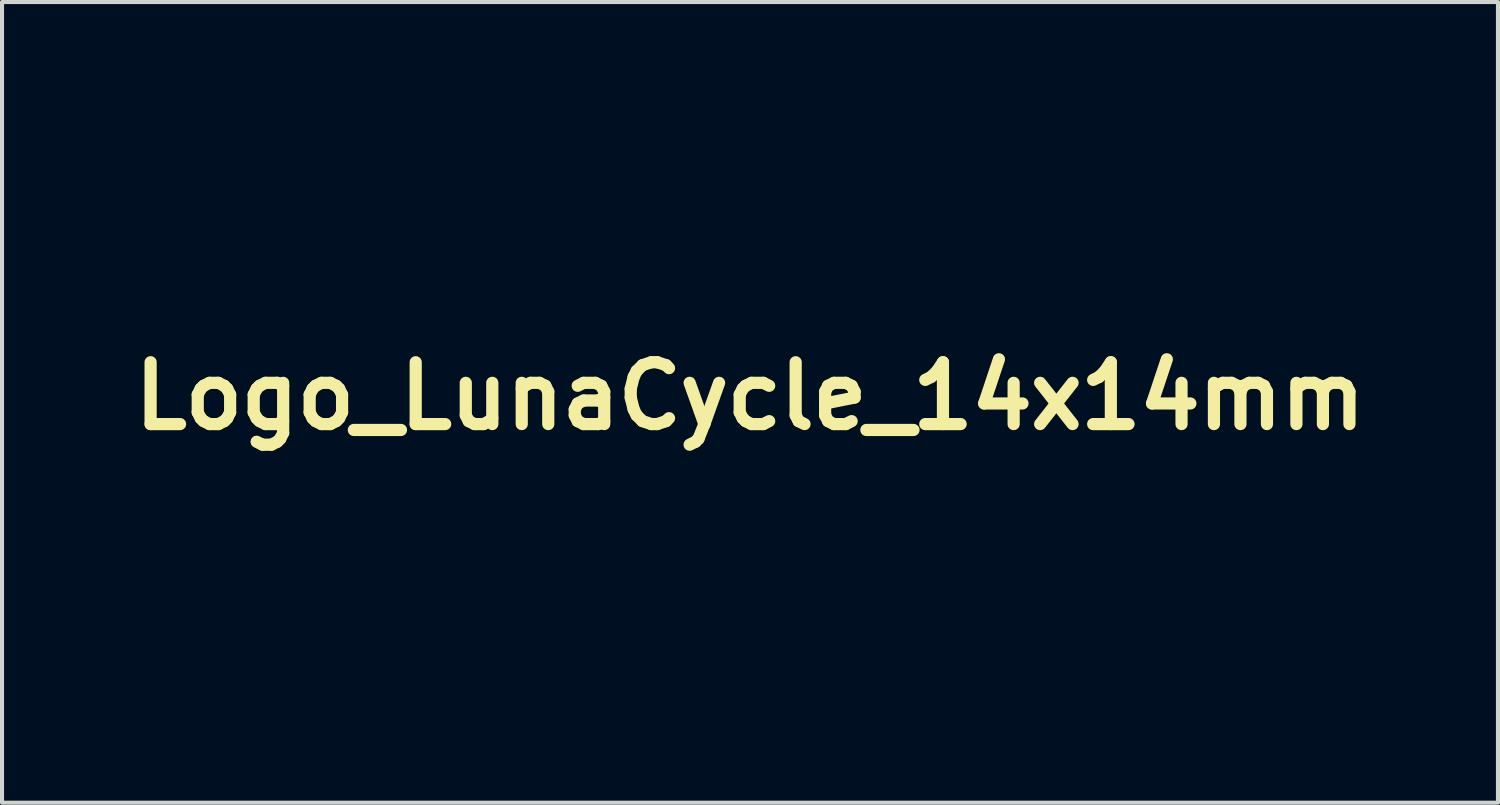
<source format=kicad_pcb>
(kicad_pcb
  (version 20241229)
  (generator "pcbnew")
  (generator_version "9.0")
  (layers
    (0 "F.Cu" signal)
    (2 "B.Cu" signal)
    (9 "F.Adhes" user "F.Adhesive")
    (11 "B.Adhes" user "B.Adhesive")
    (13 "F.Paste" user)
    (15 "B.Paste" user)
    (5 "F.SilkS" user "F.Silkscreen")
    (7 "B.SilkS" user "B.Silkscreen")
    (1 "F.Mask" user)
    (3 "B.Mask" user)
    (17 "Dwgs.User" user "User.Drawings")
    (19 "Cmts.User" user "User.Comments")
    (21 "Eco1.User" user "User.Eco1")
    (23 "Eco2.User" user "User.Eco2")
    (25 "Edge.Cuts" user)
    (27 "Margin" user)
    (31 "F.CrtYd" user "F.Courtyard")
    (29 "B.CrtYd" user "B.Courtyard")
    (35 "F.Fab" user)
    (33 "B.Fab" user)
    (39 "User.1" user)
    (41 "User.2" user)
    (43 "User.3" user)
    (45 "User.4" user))
  (footprint "Logo_LunaCycle_14x14mm"
    (layer "F.Cu")
    (at 15.429 6.709)
    (property "Reference" "Logo_LunaCycle_14x14mm" (at 0 0 0) (layer "F.SilkS") (effects (font (size 1.524 1.524) (thickness 0.3))))
    (attr through_hole)
    (fp_poly (pts (xy -0.609 1.237) (xy -0.64 1.274) (xy -0.678 1.318) (xy -0.715 1.361) (xy -0.72 1.367) (xy -0.784 1.441) (xy -0.784 1.543) (xy -0.784 1.645) (xy -0.895 1.645) (xy -0.895 1.444) (xy -0.975 1.35) (xy -1.011 1.308) (xy -1.045 1.267) (xy -1.073 1.235) (xy -1.086 1.219) (xy -1.117 1.182) (xy -0.988 1.183) (xy -0.917 1.276) (xy -0.887 1.314) (xy -0.862 1.344) (xy -0.845 1.364) (xy -0.839 1.369) (xy -0.831 1.36) (xy -0.812 1.338) (xy -0.785 1.306) (xy -0.762 1.276) (xy -0.69 1.183) (xy -0.626 1.182) (xy -0.561 1.182) (xy -0.609 1.237)) (stroke (width 0.01) (type solid)) (fill yes) (layer "F.Mask"))
    (fp_poly (pts (xy 2.595 1.511) (xy 2.624 1.534) (xy 2.639 1.544) (xy 2.656 1.551) (xy 2.681 1.554) (xy 2.718 1.556) (xy 2.771 1.557) (xy 2.79 1.557) (xy 2.927 1.557) (xy 2.927 1.645) (xy 2.775 1.645) (xy 2.695 1.643) (xy 2.636 1.639) (xy 2.598 1.632) (xy 2.588 1.629) (xy 2.558 1.61) (xy 2.528 1.583) (xy 2.525 1.579) (xy 2.514 1.565) (xy 2.506 1.552) (xy 2.501 1.534) (xy 2.498 1.509) (xy 2.496 1.473) (xy 2.496 1.421) (xy 2.496 1.374) (xy 2.496 1.315) (xy 2.495 1.263) (xy 2.494 1.224) (xy 2.494 1.2) (xy 2.493 1.195) (xy 2.501 1.19) (xy 2.525 1.185) (xy 2.543 1.184) (xy 2.595 1.18) (xy 2.595 1.511)) (stroke (width 0.01) (type solid)) (fill yes) (layer "F.Mask"))
    (fp_poly (pts (xy 1.182 1.257) (xy 1.035 1.261) (xy 0.972 1.263) (xy 0.926 1.266) (xy 0.894 1.271) (xy 0.873 1.278) (xy 0.859 1.285) (xy 0.83 1.316) (xy 0.812 1.36) (xy 0.807 1.408) (xy 0.813 1.457) (xy 0.829 1.501) (xy 0.857 1.534) (xy 0.879 1.546) (xy 0.9 1.551) (xy 0.939 1.554) (xy 0.989 1.556) (xy 1.044 1.557) (xy 1.182 1.557) (xy 1.182 1.645) (xy 1.03 1.645) (xy 0.968 1.645) (xy 0.923 1.644) (xy 0.891 1.641) (xy 0.866 1.635) (xy 0.843 1.627) (xy 0.818 1.615) (xy 0.767 1.581) (xy 0.732 1.538) (xy 0.713 1.483) (xy 0.707 1.413) (xy 0.707 1.411) (xy 0.711 1.35) (xy 0.724 1.303) (xy 0.728 1.294) (xy 0.751 1.256) (xy 0.777 1.227) (xy 0.811 1.206) (xy 0.855 1.193) (xy 0.913 1.185) (xy 0.987 1.182) (xy 1.027 1.182) (xy 1.182 1.182) (xy 1.182 1.257)) (stroke (width 0.01) (type solid)) (fill yes) (layer "F.Mask"))
    (fp_poly (pts (xy -2.385 1.257) (xy -2.532 1.261) (xy -2.595 1.263) (xy -2.641 1.266) (xy -2.673 1.271) (xy -2.695 1.278) (xy -2.708 1.285) (xy -2.738 1.317) (xy -2.755 1.361) (xy -2.76 1.411) (xy -2.753 1.461) (xy -2.734 1.504) (xy -2.703 1.536) (xy -2.696 1.54) (xy -2.674 1.548) (xy -2.641 1.553) (xy -2.595 1.556) (xy -2.531 1.557) (xy -2.524 1.557) (xy -2.385 1.557) (xy -2.385 1.645) (xy -2.537 1.645) (xy -2.599 1.645) (xy -2.644 1.644) (xy -2.676 1.641) (xy -2.701 1.635) (xy -2.724 1.627) (xy -2.749 1.615) (xy -2.8 1.581) (xy -2.835 1.538) (xy -2.854 1.483) (xy -2.86 1.413) (xy -2.86 1.411) (xy -2.856 1.35) (xy -2.844 1.303) (xy -2.839 1.294) (xy -2.816 1.256) (xy -2.79 1.227) (xy -2.756 1.206) (xy -2.712 1.193) (xy -2.655 1.185) (xy -2.58 1.182) (xy -2.54 1.182) (xy -2.385 1.182) (xy -2.385 1.257)) (stroke (width 0.01) (type solid)) (fill yes) (layer "F.Mask"))
    (fp_poly (pts (xy -3.181 -0.701) (xy -3.175 0.182) (xy -3.147 0.232) (xy -3.109 0.281) (xy -3.076 0.304) (xy -3.065 0.308) (xy -3.054 0.312) (xy -3.039 0.316) (xy -3.02 0.319) (xy -2.993 0.321) (xy -2.958 0.323) (xy -2.913 0.324) (xy -2.856 0.326) (xy -2.784 0.327) (xy -2.696 0.327) (xy -2.591 0.328) (xy -2.466 0.329) (xy -2.416 0.329) (xy -1.8 0.332) (xy -1.8 0.85) (xy -2.482 0.85) (xy -2.622 0.85) (xy -2.741 0.85) (xy -2.842 0.85) (xy -2.926 0.849) (xy -2.995 0.849) (xy -3.051 0.848) (xy -3.096 0.846) (xy -3.132 0.845) (xy -3.159 0.842) (xy -3.181 0.84) (xy -3.198 0.836) (xy -3.214 0.832) (xy -3.228 0.828) (xy -3.236 0.825) (xy -3.346 0.776) (xy -3.444 0.709) (xy -3.529 0.627) (xy -3.6 0.529) (xy -3.654 0.42) (xy -3.691 0.299) (xy -3.699 0.254) (xy -3.702 0.226) (xy -3.704 0.177) (xy -3.706 0.106) (xy -3.707 0.013) (xy -3.708 -0.102) (xy -3.709 -0.239) (xy -3.709 -0.397) (xy -3.709 -0.578) (xy -3.708 -0.701) (xy -3.705 -1.585) (xy -3.186 -1.585) (xy -3.181 -0.701)) (stroke (width 0.01) (type solid)) (fill yes) (layer "F.Mask"))
    (fp_poly (pts (xy 4.455 1.183) (xy 4.502 1.184) (xy 4.688 1.187) (xy 4.688 1.253) (xy 4.521 1.259) (xy 4.448 1.262) (xy 4.395 1.266) (xy 4.358 1.272) (xy 4.335 1.281) (xy 4.322 1.294) (xy 4.318 1.31) (xy 4.318 1.314) (xy 4.326 1.336) (xy 4.338 1.351) (xy 4.35 1.358) (xy 4.367 1.364) (xy 4.395 1.367) (xy 4.437 1.369) (xy 4.495 1.369) (xy 4.52 1.369) (xy 4.682 1.369) (xy 4.682 1.447) (xy 4.525 1.447) (xy 4.45 1.448) (xy 4.395 1.451) (xy 4.356 1.458) (xy 4.333 1.469) (xy 4.321 1.483) (xy 4.318 1.5) (xy 4.32 1.518) (xy 4.326 1.532) (xy 4.34 1.541) (xy 4.365 1.548) (xy 4.403 1.552) (xy 4.458 1.555) (xy 4.514 1.557) (xy 4.688 1.563) (xy 4.691 1.604) (xy 4.695 1.645) (xy 4.509 1.645) (xy 4.425 1.643) (xy 4.362 1.64) (xy 4.317 1.636) (xy 4.291 1.629) (xy 4.29 1.629) (xy 4.245 1.6) (xy 4.219 1.559) (xy 4.211 1.527) (xy 4.21 1.497) (xy 4.217 1.473) (xy 4.238 1.446) (xy 4.241 1.443) (xy 4.261 1.418) (xy 4.267 1.404) (xy 4.261 1.397) (xy 4.258 1.396) (xy 4.238 1.379) (xy 4.22 1.35) (xy 4.209 1.317) (xy 4.208 1.303) (xy 4.218 1.261) (xy 4.244 1.224) (xy 4.278 1.199) (xy 4.297 1.192) (xy 4.32 1.188) (xy 4.351 1.185) (xy 4.395 1.183) (xy 4.455 1.183)) (stroke (width 0.01) (type solid)) (fill yes) (layer "F.Mask"))
    (fp_poly (pts (xy -1.16 -0.701) (xy -1.159 -0.538) (xy -1.158 -0.396) (xy -1.157 -0.273) (xy -1.156 -0.167) (xy -1.155 -0.078) (xy -1.153 -0.003) (xy -1.151 0.058) (xy -1.149 0.108) (xy -1.146 0.148) (xy -1.142 0.179) (xy -1.138 0.203) (xy -1.132 0.221) (xy -1.126 0.235) (xy -1.119 0.247) (xy -1.11 0.257) (xy -1.1 0.267) (xy -1.093 0.274) (xy -1.08 0.287) (xy -1.065 0.298) (xy -1.047 0.307) (xy -1.024 0.314) (xy -0.992 0.319) (xy -0.949 0.322) (xy -0.894 0.325) (xy -0.823 0.327) (xy -0.735 0.328) (xy -0.656 0.329) (xy -0.536 0.33) (xy -0.436 0.33) (xy -0.354 0.328) (xy -0.287 0.325) (xy -0.235 0.319) (xy -0.194 0.311) (xy -0.162 0.299) (xy -0.138 0.284) (xy -0.119 0.265) (xy -0.103 0.241) (xy -0.091 0.219) (xy -0.065 0.168) (xy -0.063 -0.708) (xy -0.061 -1.585) (xy 0.458 -1.585) (xy 0.458 -0.657) (xy 0.458 -0.492) (xy 0.458 -0.347) (xy 0.458 -0.221) (xy 0.458 -0.113) (xy 0.457 -0.021) (xy 0.457 0.057) (xy 0.456 0.121) (xy 0.455 0.174) (xy 0.453 0.217) (xy 0.451 0.251) (xy 0.449 0.278) (xy 0.447 0.3) (xy 0.444 0.317) (xy 0.441 0.332) (xy 0.438 0.342) (xy 0.395 0.457) (xy 0.334 0.562) (xy 0.258 0.654) (xy 0.169 0.732) (xy 0.069 0.793) (xy -0.032 0.833) (xy -0.049 0.837) (xy -0.07 0.84) (xy -0.096 0.843) (xy -0.13 0.845) (xy -0.175 0.847) (xy -0.231 0.848) (xy -0.301 0.849) (xy -0.387 0.85) (xy -0.492 0.85) (xy -0.616 0.85) (xy -0.618 0.85) (xy -0.739 0.85) (xy -0.84 0.85) (xy -0.924 0.85) (xy -0.991 0.849) (xy -1.045 0.848) (xy -1.088 0.847) (xy -1.121 0.845) (xy -1.147 0.842) (xy -1.167 0.839) (xy -1.185 0.834) (xy -1.201 0.829) (xy -1.217 0.824) (xy -1.294 0.793) (xy -1.359 0.756) (xy -1.42 0.71) (xy -1.474 0.658) (xy -1.548 0.573) (xy -1.599 0.49) (xy -1.613 0.462) (xy -1.626 0.437) (xy -1.637 0.413) (xy -1.647 0.389) (xy -1.655 0.363) (xy -1.662 0.334) (xy -1.668 0.301) (xy -1.673 0.26) (xy -1.676 0.212) (xy -1.679 0.155) (xy -1.681 0.086) (xy -1.682 0.005) (xy -1.683 -0.091) (xy -1.684 -0.202) (xy -1.684 -0.33) (xy -1.684 -0.477) (xy -1.684 -0.645) (xy -1.684 -1.585) (xy -1.165 -1.585) (xy -1.16 -0.701)) (stroke (width 0.01) (type solid)) (fill yes) (layer "F.Mask"))
    (fp_poly (pts (xy 4.546 -1.61) (xy 4.564 -1.605) (xy 4.647 -1.574) (xy 4.728 -1.532) (xy 4.801 -1.482) (xy 4.852 -1.436) (xy 4.874 -1.411) (xy 4.894 -1.385) (xy 4.913 -1.356) (xy 4.932 -1.323) (xy 4.952 -1.283) (xy 4.972 -1.236) (xy 4.995 -1.178) (xy 5.02 -1.11) (xy 5.048 -1.028) (xy 5.08 -0.931) (xy 5.116 -0.818) (xy 5.157 -0.686) (xy 5.191 -0.58) (xy 5.231 -0.452) (xy 5.273 -0.317) (xy 5.316 -0.18) (xy 5.359 -0.043) (xy 5.4 0.089) (xy 5.438 0.212) (xy 5.473 0.322) (xy 5.503 0.416) (xy 5.506 0.428) (xy 5.535 0.518) (xy 5.561 0.602) (xy 5.584 0.677) (xy 5.603 0.74) (xy 5.618 0.79) (xy 5.628 0.824) (xy 5.632 0.839) (xy 5.632 0.84) (xy 5.621 0.843) (xy 5.59 0.846) (xy 5.538 0.848) (xy 5.468 0.848) (xy 5.38 0.848) (xy 5.348 0.848) (xy 5.065 0.845) (xy 5.012 0.685) (xy 5 0.647) (xy 4.982 0.591) (xy 4.958 0.518) (xy 4.93 0.431) (xy 4.898 0.33) (xy 4.862 0.22) (xy 4.824 0.101) (xy 4.783 -0.024) (xy 4.742 -0.153) (xy 4.711 -0.248) (xy 4.67 -0.375) (xy 4.631 -0.495) (xy 4.593 -0.609) (xy 4.559 -0.713) (xy 4.528 -0.806) (xy 4.5 -0.887) (xy 4.477 -0.953) (xy 4.459 -1.004) (xy 4.447 -1.036) (xy 4.441 -1.049) (xy 4.41 -1.073) (xy 4.382 -1.08) (xy 4.351 -1.079) (xy 4.331 -1.065) (xy 4.321 -1.052) (xy 4.317 -1.046) (xy 4.312 -1.038) (xy 4.307 -1.026) (xy 4.3 -1.009) (xy 4.292 -0.986) (xy 4.281 -0.957) (xy 4.269 -0.919) (xy 4.253 -0.873) (xy 4.235 -0.817) (xy 4.213 -0.749) (xy 4.187 -0.67) (xy 4.157 -0.577) (xy 4.123 -0.47) (xy 4.084 -0.348) (xy 4.039 -0.209) (xy 3.989 -0.052) (xy 3.934 0.123) (xy 3.872 0.317) (xy 3.85 0.387) (xy 3.704 0.845) (xy 3.417 0.848) (xy 3.339 0.848) (xy 3.269 0.848) (xy 3.209 0.848) (xy 3.163 0.847) (xy 3.133 0.846) (xy 3.123 0.844) (xy 3.123 0.832) (xy 3.13 0.803) (xy 3.141 0.764) (xy 3.148 0.742) (xy 3.157 0.713) (xy 3.172 0.665) (xy 3.193 0.601) (xy 3.218 0.523) (xy 3.246 0.434) (xy 3.278 0.335) (xy 3.311 0.229) (xy 3.347 0.119) (xy 3.362 0.072) (xy 3.423 -0.121) (xy 3.478 -0.295) (xy 3.527 -0.449) (xy 3.571 -0.586) (xy 3.61 -0.707) (xy 3.643 -0.812) (xy 3.673 -0.904) (xy 3.698 -0.982) (xy 3.72 -1.049) (xy 3.739 -1.105) (xy 3.754 -1.151) (xy 3.767 -1.189) (xy 3.779 -1.22) (xy 3.788 -1.245) (xy 3.796 -1.266) (xy 3.803 -1.282) (xy 3.81 -1.297) (xy 3.811 -1.298) (xy 3.865 -1.386) (xy 3.936 -1.462) (xy 4.021 -1.526) (xy 4.117 -1.575) (xy 4.22 -1.61) (xy 4.328 -1.628) (xy 4.438 -1.628) (xy 4.546 -1.61)) (stroke (width 0.01) (type solid)) (fill yes) (layer "F.Mask"))
    (fp_poly (pts (xy 1.403 -1.634) (xy 1.52 -1.607) (xy 1.629 -1.564) (xy 1.729 -1.505) (xy 1.805 -1.44) (xy 1.827 -1.418) (xy 1.847 -1.396) (xy 1.865 -1.373) (xy 1.882 -1.348) (xy 1.899 -1.318) (xy 1.916 -1.282) (xy 1.934 -1.24) (xy 1.953 -1.188) (xy 1.974 -1.126) (xy 1.998 -1.052) (xy 2.025 -0.965) (xy 2.055 -0.863) (xy 2.09 -0.744) (xy 2.129 -0.608) (xy 2.174 -0.452) (xy 2.182 -0.425) (xy 2.218 -0.299) (xy 2.252 -0.18) (xy 2.285 -0.068) (xy 2.315 0.035) (xy 2.342 0.127) (xy 2.365 0.205) (xy 2.384 0.269) (xy 2.399 0.317) (xy 2.408 0.346) (xy 2.412 0.356) (xy 2.437 0.379) (xy 2.473 0.391) (xy 2.513 0.393) (xy 2.547 0.383) (xy 2.561 0.371) (xy 2.564 0.359) (xy 2.566 0.327) (xy 2.568 0.277) (xy 2.569 0.207) (xy 2.571 0.116) (xy 2.572 0.006) (xy 2.573 -0.126) (xy 2.574 -0.278) (xy 2.575 -0.452) (xy 2.576 -0.614) (xy 2.579 -1.585) (xy 3.131 -1.585) (xy 3.134 -0.591) (xy 3.134 -0.412) (xy 3.135 -0.254) (xy 3.135 -0.116) (xy 3.135 0.005) (xy 3.134 0.11) (xy 3.134 0.199) (xy 3.132 0.276) (xy 3.13 0.34) (xy 3.128 0.394) (xy 3.124 0.439) (xy 3.12 0.476) (xy 3.115 0.506) (xy 3.109 0.533) (xy 3.102 0.555) (xy 3.094 0.576) (xy 3.084 0.597) (xy 3.074 0.619) (xy 3.07 0.626) (xy 3.022 0.7) (xy 2.957 0.768) (xy 2.88 0.827) (xy 2.797 0.873) (xy 2.716 0.899) (xy 2.649 0.911) (xy 2.58 0.915) (xy 2.503 0.911) (xy 2.413 0.899) (xy 2.328 0.883) (xy 2.256 0.864) (xy 2.192 0.839) (xy 2.136 0.811) (xy 2.078 0.772) (xy 2.019 0.719) (xy 1.966 0.66) (xy 1.924 0.601) (xy 1.909 0.573) (xy 1.9 0.55) (xy 1.885 0.508) (xy 1.867 0.45) (xy 1.845 0.378) (xy 1.82 0.295) (xy 1.792 0.204) (xy 1.764 0.107) (xy 1.751 0.061) (xy 1.699 -0.12) (xy 1.653 -0.28) (xy 1.612 -0.422) (xy 1.576 -0.546) (xy 1.545 -0.653) (xy 1.518 -0.745) (xy 1.496 -0.822) (xy 1.477 -0.886) (xy 1.461 -0.938) (xy 1.448 -0.979) (xy 1.438 -1.01) (xy 1.43 -1.032) (xy 1.424 -1.047) (xy 1.419 -1.056) (xy 1.419 -1.056) (xy 1.384 -1.093) (xy 1.343 -1.111) (xy 1.3 -1.109) (xy 1.259 -1.087) (xy 1.247 -1.076) (xy 1.22 -1.047) (xy 1.214 0.85) (xy 0.674 0.85) (xy 0.674 -0.132) (xy 0.674 -0.312) (xy 0.674 -0.472) (xy 0.674 -0.613) (xy 0.675 -0.736) (xy 0.676 -0.842) (xy 0.677 -0.934) (xy 0.679 -1.012) (xy 0.681 -1.078) (xy 0.683 -1.133) (xy 0.686 -1.18) (xy 0.69 -1.218) (xy 0.695 -1.251) (xy 0.7 -1.278) (xy 0.706 -1.302) (xy 0.712 -1.324) (xy 0.72 -1.344) (xy 0.751 -1.404) (xy 0.798 -1.464) (xy 0.856 -1.518) (xy 0.918 -1.561) (xy 0.931 -1.568) (xy 1.044 -1.611) (xy 1.162 -1.636) (xy 1.283 -1.644) (xy 1.403 -1.634)) (stroke (width 0.01) (type solid)) (fill yes) (layer "F.Mask"))
    (fp_poly (pts (xy -0.22 -6.703) (xy -0.173 -6.702) (xy -0.141 -6.699) (xy -0.127 -6.694) (xy -0.127 -6.692) (xy -0.142 -6.684) (xy -0.16 -6.681) (xy -0.181 -6.678) (xy -0.22 -6.67) (xy -0.273 -6.658) (xy -0.334 -6.643) (xy -0.401 -6.625) (xy -0.469 -6.607) (xy -0.534 -6.588) (xy -0.585 -6.573) (xy -0.825 -6.49) (xy -1.071 -6.39) (xy -1.32 -6.275) (xy -1.567 -6.146) (xy -1.809 -6.006) (xy -2.041 -5.856) (xy -2.247 -5.71) (xy -2.398 -5.591) (xy -2.556 -5.458) (xy -2.718 -5.313) (xy -2.879 -5.161) (xy -3.035 -5.005) (xy -3.183 -4.849) (xy -3.318 -4.698) (xy -3.368 -4.638) (xy -3.419 -4.575) (xy -3.478 -4.499) (xy -3.541 -4.414) (xy -3.606 -4.326) (xy -3.668 -4.239) (xy -3.723 -4.159) (xy -3.748 -4.121) (xy -3.936 -3.818) (xy -4.102 -3.509) (xy -4.248 -3.195) (xy -4.372 -2.873) (xy -4.476 -2.544) (xy -4.559 -2.207) (xy -4.623 -1.862) (xy -4.666 -1.513) (xy -4.674 -1.409) (xy -4.681 -1.288) (xy -4.686 -1.157) (xy -4.69 -1.019) (xy -4.691 -0.882) (xy -4.691 -0.749) (xy -4.689 -0.626) (xy -4.684 -0.52) (xy -4.683 -0.503) (xy -4.664 -0.258) (xy -4.634 -0.017) (xy -4.599 0.199) (xy -4.527 0.53) (xy -4.434 0.853) (xy -4.32 1.17) (xy -4.186 1.478) (xy -4.033 1.777) (xy -3.859 2.068) (xy -3.666 2.35) (xy -3.454 2.622) (xy -3.222 2.883) (xy -2.972 3.134) (xy -2.704 3.374) (xy -2.678 3.396) (xy -2.413 3.604) (xy -2.141 3.792) (xy -1.861 3.96) (xy -1.572 4.109) (xy -1.273 4.239) (xy -1.115 4.299) (xy -1.003 4.338) (xy -0.879 4.377) (xy -0.748 4.415) (xy -0.617 4.45) (xy -0.491 4.482) (xy -0.376 4.507) (xy -0.298 4.522) (xy -0.221 4.535) (xy -0.161 4.545) (xy -0.112 4.553) (xy -0.068 4.559) (xy -0.025 4.565) (xy 0.022 4.57) (xy 0.08 4.577) (xy 0.083 4.577) (xy 0.46 4.606) (xy 0.834 4.615) (xy 1.204 4.602) (xy 1.568 4.569) (xy 1.779 4.54) (xy 2.116 4.475) (xy 2.447 4.39) (xy 2.773 4.284) (xy 3.091 4.158) (xy 3.403 4.011) (xy 3.707 3.844) (xy 4.002 3.658) (xy 4.289 3.453) (xy 4.566 3.23) (xy 4.834 2.988) (xy 5.09 2.727) (xy 5.336 2.45) (xy 5.529 2.209) (xy 5.64 2.057) (xy 5.753 1.891) (xy 5.863 1.716) (xy 5.968 1.538) (xy 6.063 1.364) (xy 6.142 1.205) (xy 6.283 0.882) (xy 6.404 0.549) (xy 6.505 0.208) (xy 6.553 0.011) (xy 6.572 -0.074) (xy 6.59 -0.163) (xy 6.606 -0.251) (xy 6.621 -0.334) (xy 6.633 -0.41) (xy 6.642 -0.474) (xy 6.647 -0.523) (xy 6.648 -0.545) (xy 6.651 -0.579) (xy 6.657 -0.598) (xy 6.665 -0.601) (xy 6.672 -0.584) (xy 6.675 -0.572) (xy 6.682 -0.512) (xy 6.689 -0.437) (xy 6.694 -0.349) (xy 6.698 -0.25) (xy 6.702 -0.144) (xy 6.704 -0.032) (xy 6.705 0.083) (xy 6.705 0.199) (xy 6.704 0.314) (xy 6.702 0.425) (xy 6.699 0.53) (xy 6.695 0.626) (xy 6.69 0.711) (xy 6.684 0.783) (xy 6.677 0.839) (xy 6.669 0.877) (xy 6.664 0.891) (xy 6.652 0.92) (xy 6.648 0.952) (xy 6.646 0.975) (xy 6.64 1.015) (xy 6.633 1.068) (xy 6.623 1.129) (xy 6.616 1.171) (xy 6.605 1.244) (xy 6.597 1.299) (xy 6.594 1.337) (xy 6.594 1.361) (xy 6.598 1.372) (xy 6.601 1.385) (xy 6.6 1.409) (xy 6.596 1.446) (xy 6.587 1.499) (xy 6.573 1.57) (xy 6.568 1.596) (xy 6.551 1.678) (xy 6.537 1.74) (xy 6.526 1.786) (xy 6.517 1.818) (xy 6.509 1.838) (xy 6.501 1.85) (xy 6.492 1.854) (xy 6.484 1.855) (xy 6.465 1.864) (xy 6.455 1.888) (xy 6.449 1.91) (xy 6.438 1.948) (xy 6.422 1.998) (xy 6.404 2.057) (xy 6.388 2.106) (xy 6.329 2.291) (xy 6.374 2.339) (xy 6.317 2.498) (xy 6.286 2.58) (xy 6.262 2.644) (xy 6.243 2.692) (xy 6.228 2.726) (xy 6.214 2.749) (xy 6.202 2.763) (xy 6.19 2.77) (xy 6.176 2.773) (xy 6.169 2.774) (xy 6.157 2.776) (xy 6.146 2.779) (xy 6.135 2.788) (xy 6.123 2.803) (xy 6.107 2.828) (xy 6.088 2.866) (xy 6.061 2.917) (xy 6.027 2.986) (xy 6.023 2.995) (xy 5.915 3.213) (xy 5.946 3.246) (xy 5.977 3.278) (xy 5.916 3.393) (xy 5.866 3.487) (xy 5.824 3.56) (xy 5.791 3.614) (xy 5.765 3.649) (xy 5.748 3.665) (xy 5.744 3.666) (xy 5.721 3.664) (xy 5.69 3.658) (xy 5.686 3.657) (xy 5.645 3.647) (xy 5.592 3.726) (xy 5.563 3.767) (xy 5.526 3.818) (xy 5.486 3.874) (xy 5.453 3.92) (xy 5.367 4.035) (xy 5.387 4.069) (xy 5.406 4.099) (xy 5.422 4.126) (xy 5.422 4.126) (xy 5.427 4.136) (xy 5.427 4.147) (xy 5.421 4.162) (xy 5.407 4.185) (xy 5.384 4.217) (xy 5.351 4.261) (xy 5.312 4.312) (xy 5.271 4.364) (xy 5.234 4.41) (xy 5.204 4.446) (xy 5.182 4.471) (xy 5.171 4.481) (xy 5.154 4.48) (xy 5.123 4.472) (xy 5.095 4.463) (xy 5.034 4.439) (xy 4.927 4.553) (xy 4.883 4.6) (xy 4.839 4.646) (xy 4.8 4.687) (xy 4.771 4.718) (xy 4.768 4.72) (xy 4.715 4.774) (xy 4.783 4.919) (xy 4.636 5.065) (xy 4.49 5.212) (xy 4.411 5.169) (xy 4.331 5.126) (xy 4.272 5.177) (xy 4.239 5.204) (xy 4.195 5.24) (xy 4.146 5.28) (xy 4.103 5.315) (xy 4.061 5.348) (xy 4.026 5.376) (xy 4.001 5.396) (xy 3.989 5.406) (xy 3.989 5.406) (xy 3.99 5.417) (xy 3.997 5.444) (xy 4.007 5.483) (xy 4.012 5.502) (xy 4.025 5.551) (xy 4.03 5.583) (xy 4.029 5.601) (xy 4.025 5.606) (xy 3.952 5.661) (xy 3.886 5.71) (xy 3.83 5.752) (xy 3.784 5.785) (xy 3.751 5.808) (xy 3.732 5.819) (xy 3.73 5.82) (xy 3.716 5.814) (xy 3.69 5.797) (xy 3.656 5.774) (xy 3.644 5.765) (xy 3.609 5.739) (xy 3.58 5.72) (xy 3.562 5.71) (xy 3.56 5.709) (xy 3.547 5.715) (xy 3.52 5.73) (xy 3.481 5.753) (xy 3.434 5.78) (xy 3.418 5.79) (xy 3.362 5.824) (xy 3.306 5.857) (xy 3.256 5.886) (xy 3.218 5.907) (xy 3.215 5.909) (xy 3.145 5.947) (xy 3.152 6.002) (xy 3.157 6.048) (xy 3.163 6.098) (xy 3.165 6.118) (xy 3.172 6.179) (xy 3.024 6.259) (xy 2.971 6.287) (xy 2.925 6.31) (xy 2.889 6.328) (xy 2.867 6.338) (xy 2.862 6.339) (xy 2.849 6.331) (xy 2.825 6.311) (xy 2.795 6.282) (xy 2.78 6.266) (xy 2.747 6.233) (xy 2.718 6.205) (xy 2.698 6.187) (xy 2.693 6.184) (xy 2.676 6.182) (xy 2.645 6.19) (xy 2.597 6.207) (xy 2.56 6.222) (xy 2.498 6.247) (xy 2.427 6.275) (xy 2.36 6.301) (xy 2.334 6.31) (xy 2.222 6.352) (xy 2.214 6.489) (xy 2.207 6.626) (xy 2.054 6.676) (xy 1.999 6.693) (xy 1.953 6.708) (xy 1.918 6.719) (xy 1.898 6.725) (xy 1.895 6.725) (xy 1.887 6.717) (xy 1.869 6.694) (xy 1.843 6.66) (xy 1.812 6.618) (xy 1.81 6.615) (xy 1.778 6.573) (xy 1.75 6.538) (xy 1.729 6.514) (xy 1.717 6.505) (xy 1.716 6.505) (xy 1.701 6.507) (xy 1.668 6.514) (xy 1.624 6.524) (xy 1.571 6.536) (xy 1.566 6.537) (xy 1.506 6.551) (xy 1.446 6.565) (xy 1.393 6.577) (xy 1.359 6.584) (xy 1.287 6.599) (xy 1.264 6.739) (xy 1.255 6.792) (xy 1.247 6.837) (xy 1.24 6.869) (xy 1.236 6.884) (xy 1.236 6.884) (xy 1.224 6.888) (xy 1.195 6.894) (xy 1.154 6.901) (xy 1.106 6.91) (xy 1.056 6.918) (xy 1.009 6.926) (xy 0.97 6.932) (xy 0.943 6.935) (xy 0.937 6.935) (xy 0.922 6.925) (xy 0.9 6.895) (xy 0.871 6.845) (xy 0.849 6.806) (xy 0.824 6.758) (xy 0.803 6.717) (xy 0.787 6.689) (xy 0.78 6.675) (xy 0.78 6.674) (xy 0.769 6.674) (xy 0.739 6.676) (xy 0.694 6.679) (xy 0.635 6.683) (xy 0.567 6.688) (xy 0.526 6.691) (xy 0.274 6.709) (xy 0.226 6.858) (xy 0.179 7.007) (xy -0.142 7.013) (xy -0.159 6.966) (xy -0.171 6.934) (xy -0.186 6.889) (xy -0.204 6.839) (xy -0.213 6.814) (xy -0.248 6.709) (xy -0.436 6.696) (xy -0.501 6.692) (xy -0.561 6.688) (xy -0.611 6.685) (xy -0.646 6.683) (xy -0.66 6.682) (xy -0.674 6.683) (xy -0.686 6.686) (xy -0.697 6.696) (xy -0.711 6.716) (xy -0.728 6.747) (xy -0.752 6.794) (xy -0.77 6.83) (xy -0.844 6.979) (xy -0.883 6.979) (xy -0.911 6.977) (xy -0.954 6.973) (xy -1.004 6.968) (xy -1.033 6.965) (xy -1.143 6.952) (xy -1.175 6.786) (xy -1.186 6.729) (xy -1.196 6.679) (xy -1.204 6.642) (xy -1.209 6.62) (xy -1.21 6.616) (xy -1.222 6.613) (xy -1.251 6.606) (xy -1.294 6.597) (xy -1.347 6.586) (xy -1.368 6.581) (xy -1.43 6.569) (xy -1.49 6.556) (xy -1.541 6.545) (xy -1.579 6.536) (xy -1.584 6.535) (xy -1.608 6.529) (xy -1.628 6.526) (xy -1.644 6.528) (xy -1.661 6.539) (xy -1.68 6.559) (xy -1.704 6.592) (xy -1.736 6.639) (xy -1.766 6.684) (xy -1.797 6.729) (xy -1.824 6.767) (xy -1.844 6.795) (xy -1.855 6.808) (xy -1.856 6.809) (xy -1.869 6.808) (xy -1.898 6.803) (xy -1.938 6.794) (xy -1.984 6.784) (xy -2.031 6.772) (xy -2.073 6.762) (xy -2.106 6.752) (xy -2.125 6.746) (xy -2.127 6.745) (xy -2.128 6.733) (xy -2.13 6.704) (xy -2.132 6.659) (xy -2.135 6.604) (xy -2.137 6.56) (xy -2.139 6.499) (xy -2.142 6.447) (xy -2.144 6.407) (xy -2.146 6.383) (xy -2.146 6.377) (xy -2.157 6.373) (xy -2.184 6.363) (xy -2.225 6.348) (xy -2.276 6.33) (xy -2.303 6.32) (xy -2.363 6.298) (xy -2.421 6.277) (xy -2.471 6.258) (xy -2.507 6.244) (xy -2.514 6.241) (xy -2.572 6.218) (xy -2.697 6.355) (xy -2.739 6.4) (xy -2.778 6.44) (xy -2.809 6.47) (xy -2.831 6.488) (xy -2.839 6.493) (xy -2.855 6.488) (xy -2.884 6.477) (xy -2.924 6.461) (xy -2.966 6.442) (xy -3.008 6.423) (xy -3.043 6.406) (xy -3.066 6.393) (xy -3.071 6.39) (xy -3.072 6.378) (xy -3.07 6.347) (xy -3.068 6.302) (xy -3.063 6.246) (xy -3.059 6.195) (xy -3.052 6.126) (xy -3.048 6.076) (xy -3.046 6.042) (xy -3.047 6.019) (xy -3.05 6.006) (xy -3.055 5.998) (xy -3.063 5.992) (xy -3.064 5.991) (xy -3.084 5.98) (xy -3.117 5.962) (xy -3.158 5.94) (xy -3.175 5.93) (xy -3.221 5.905) (xy -3.277 5.873) (xy -3.338 5.837) (xy -3.388 5.807) (xy -3.512 5.732) (xy -3.666 5.854) (xy -3.82 5.976) (xy -3.923 5.907) (xy -3.964 5.879) (xy -3.999 5.856) (xy -4.022 5.84) (xy -4.031 5.834) (xy -4.03 5.823) (xy -4.024 5.793) (xy -4.014 5.749) (xy -4.001 5.694) (xy -3.987 5.636) (xy -3.939 5.442) (xy -3.971 5.418) (xy -3.99 5.403) (xy -4.023 5.377) (xy -4.066 5.344) (xy -4.114 5.306) (xy -4.138 5.287) (xy -4.184 5.25) (xy -4.225 5.219) (xy -4.257 5.195) (xy -4.276 5.182) (xy -4.281 5.179) (xy -4.292 5.185) (xy -4.32 5.199) (xy -4.36 5.221) (xy -4.409 5.249) (xy -4.453 5.274) (xy -4.617 5.369) (xy -4.716 5.278) (xy -4.754 5.243) (xy -4.785 5.214) (xy -4.807 5.194) (xy -4.815 5.185) (xy -4.815 5.185) (xy -4.811 5.174) (xy -4.8 5.147) (xy -4.783 5.105) (xy -4.762 5.054) (xy -4.743 5.007) (xy -4.72 4.949) (xy -4.699 4.898) (xy -4.684 4.859) (xy -4.674 4.833) (xy -4.671 4.825) (xy -4.679 4.815) (xy -4.699 4.792) (xy -4.73 4.758) (xy -4.769 4.717) (xy -4.815 4.669) (xy -4.816 4.668) (xy -4.96 4.519) (xy -5.12 4.584) (xy -5.177 4.607) (xy -5.228 4.627) (xy -5.27 4.643) (xy -5.297 4.653) (xy -5.305 4.655) (xy -5.318 4.656) (xy -5.333 4.648) (xy -5.353 4.631) (xy -5.381 4.6) (xy -5.415 4.561) (xy -5.5 4.46) (xy -5.47 4.408) (xy -5.452 4.378) (xy -5.426 4.334) (xy -5.396 4.284) (xy -5.371 4.241) (xy -5.342 4.19) (xy -5.321 4.15) (xy -5.311 4.124) (xy -5.311 4.114) (xy -5.32 4.102) (xy -5.34 4.075) (xy -5.369 4.036) (xy -5.404 3.988) (xy -5.444 3.934) (xy -5.45 3.926) (xy -5.49 3.872) (xy -5.525 3.824) (xy -5.553 3.786) (xy -5.573 3.759) (xy -5.582 3.747) (xy -5.582 3.747) (xy -5.593 3.748) (xy -5.622 3.754) (xy -5.665 3.764) (xy -5.719 3.777) (xy -5.765 3.788) (xy -5.826 3.803) (xy -5.879 3.815) (xy -5.922 3.823) (xy -5.949 3.828) (xy -5.958 3.828) (xy -5.969 3.817) (xy -5.988 3.792) (xy -6.011 3.757) (xy -6.037 3.717) (xy -6.061 3.678) (xy -6.081 3.644) (xy -6.093 3.619) (xy -6.096 3.61) (xy -6.089 3.598) (xy -6.071 3.573) (xy -6.043 3.536) (xy -6.007 3.492) (xy -5.98 3.459) (xy -5.941 3.411) (xy -5.908 3.368) (xy -5.883 3.334) (xy -5.867 3.312) (xy -5.864 3.305) (xy -5.869 3.29) (xy -5.883 3.26) (xy -5.903 3.222) (xy -5.918 3.193) (xy -5.949 3.137) (xy -5.984 3.072) (xy -6.015 3.01) (xy -6.024 2.994) (xy -6.049 2.946) (xy -6.067 2.916) (xy -6.081 2.9) (xy -6.092 2.897) (xy -6.094 2.898) (xy -6.115 2.901) (xy -6.151 2.906) (xy -6.199 2.91) (xy -6.253 2.915) (xy -6.307 2.919) (xy -6.358 2.922) (xy -6.401 2.924) (xy -6.43 2.925) (xy -6.441 2.924) (xy -6.451 2.912) (xy -6.466 2.884) (xy -6.485 2.843) (xy -6.504 2.8) (xy -6.552 2.683) (xy -6.465 2.603) (xy -6.422 2.563) (xy -6.379 2.523) (xy -6.341 2.489) (xy -6.326 2.475) (xy -6.274 2.428) (xy -6.301 2.36) (xy -6.314 2.323) (xy -6.333 2.271) (xy -6.353 2.212) (xy -6.373 2.151) (xy -6.374 2.148) (xy -6.391 2.095) (xy -6.406 2.051) (xy -6.417 2.018) (xy -6.422 2.002) (xy -6.423 2.001) (xy -6.434 1.999) (xy -6.464 1.996) (xy -6.508 1.992) (xy -6.563 1.988) (xy -6.6 1.986) (xy -6.66 1.982) (xy -6.712 1.977) (xy -6.752 1.972) (xy -6.776 1.968) (xy -6.781 1.965) (xy -6.786 1.951) (xy -6.795 1.921) (xy -6.805 1.88) (xy -6.816 1.835) (xy -6.827 1.788) (xy -6.837 1.747) (xy -6.843 1.715) (xy -6.846 1.698) (xy -6.845 1.696) (xy -6.835 1.69) (xy -6.81 1.673) (xy -6.773 1.648) (xy -6.727 1.617) (xy -6.697 1.597) (xy -6.552 1.5) (xy -6.567 1.437) (xy -6.574 1.402) (xy -6.584 1.352) (xy -6.595 1.293) (xy -6.606 1.231) (xy -6.608 1.222) (xy -6.618 1.167) (xy -6.627 1.12) (xy -6.634 1.085) (xy -6.639 1.067) (xy -6.64 1.065) (xy -6.652 1.061) (xy -6.681 1.054) (xy -6.725 1.045) (xy -6.777 1.034) (xy -6.793 1.031) (xy -6.848 1.019) (xy -6.896 1.008) (xy -6.932 0.998) (xy -6.952 0.991) (xy -6.954 0.99) (xy -6.96 0.974) (xy -6.967 0.942) (xy -6.974 0.898) (xy -6.978 0.864) (xy -6.986 0.8) (xy -6.99 0.754) (xy -6.988 0.721) (xy -6.979 0.697) (xy -6.96 0.678) (xy -6.927 0.658) (xy -6.88 0.635) (xy -6.841 0.616) (xy -6.692 0.541) (xy -6.699 0.329) (xy -6.702 0.245) (xy -6.706 0.182) (xy -6.71 0.139) (xy -6.715 0.113) (xy -6.72 0.105) (xy -6.735 0.097) (xy -6.767 0.084) (xy -6.811 0.067) (xy -6.862 0.048) (xy -6.873 0.044) (xy -7.012 -0.005) (xy -7.005 -0.16) (xy -7.003 -0.216) (xy -6.999 -0.264) (xy -6.996 -0.3) (xy -6.993 -0.32) (xy -6.992 -0.322) (xy -6.979 -0.328) (xy -6.95 -0.339) (xy -6.908 -0.353) (xy -6.858 -0.369) (xy -6.856 -0.37) (xy -6.805 -0.386) (xy -6.761 -0.402) (xy -6.728 -0.415) (xy -6.712 -0.423) (xy -6.705 -0.435) (xy -6.699 -0.461) (xy -6.693 -0.503) (xy -6.687 -0.564) (xy -6.683 -0.618) (xy -6.678 -0.683) (xy -6.673 -0.744) (xy -6.668 -0.796) (xy -6.664 -0.833) (xy -6.663 -0.847) (xy -6.656 -0.893) (xy -6.785 -0.957) (xy -6.84 -0.985) (xy -6.878 -1.007) (xy -6.9 -1.023) (xy -6.911 -1.036) (xy -6.913 -1.043) (xy -6.91 -1.067) (xy -6.905 -1.105) (xy -6.896 -1.152) (xy -6.886 -1.202) (xy -6.876 -1.252) (xy -6.866 -1.296) (xy -6.858 -1.329) (xy -6.852 -1.346) (xy -6.851 -1.347) (xy -6.837 -1.352) (xy -6.806 -1.36) (xy -6.763 -1.368) (xy -6.725 -1.375) (xy -6.666 -1.384) (xy -6.624 -1.392) (xy -6.597 -1.399) (xy -6.581 -1.409) (xy -6.571 -1.423) (xy -6.566 -1.443) (xy -6.561 -1.466) (xy -6.552 -1.503) (xy -6.54 -1.554) (xy -6.526 -1.612) (xy -6.515 -1.659) (xy -6.502 -1.711) (xy -6.492 -1.755) (xy -6.485 -1.788) (xy -6.483 -1.804) (xy -6.491 -1.816) (xy -6.514 -1.837) (xy -6.548 -1.865) (xy -6.587 -1.894) (xy -6.629 -1.925) (xy -6.662 -1.952) (xy -6.684 -1.972) (xy -6.692 -1.982) (xy -6.688 -1.996) (xy -6.678 -2.027) (xy -6.663 -2.07) (xy -6.645 -2.122) (xy -6.638 -2.142) (xy -6.585 -2.292) (xy -6.542 -2.294) (xy -6.51 -2.296) (xy -6.465 -2.299) (xy -6.416 -2.303) (xy -6.409 -2.303) (xy -6.318 -2.31) (xy -6.305 -2.35) (xy -6.296 -2.374) (xy -6.281 -2.413) (xy -6.26 -2.465) (xy -6.236 -2.524) (xy -6.216 -2.573) (xy -6.14 -2.755) (xy -6.224 -2.84) (xy -6.309 -2.924) (xy -6.222 -3.081) (xy -6.135 -3.238) (xy -6.074 -3.232) (xy -6.028 -3.226) (xy -5.98 -3.22) (xy -5.962 -3.218) (xy -5.912 -3.211) (xy -5.842 -3.331) (xy -5.809 -3.386) (xy -5.775 -3.443) (xy -5.744 -3.494) (xy -5.724 -3.526) (xy -5.676 -3.601) (xy -5.737 -3.679) (xy -5.763 -3.715) (xy -5.782 -3.745) (xy -5.791 -3.765) (xy -5.79 -3.77) (xy -5.782 -3.782) (xy -5.762 -3.81) (xy -5.734 -3.848) (xy -5.7 -3.894) (xy -5.675 -3.928) (xy -5.566 -4.074) (xy -5.495 -4.053) (xy -5.455 -4.042) (xy -5.422 -4.032) (xy -5.403 -4.026) (xy -5.391 -4.026) (xy -5.375 -4.036) (xy -5.354 -4.057) (xy -5.324 -4.091) (xy -5.3 -4.122) (xy -5.258 -4.173) (xy -5.213 -4.228) (xy -5.171 -4.279) (xy -5.149 -4.305) (xy -5.119 -4.341) (xy -5.096 -4.371) (xy -5.082 -4.39) (xy -5.08 -4.395) (xy -5.085 -4.409) (xy -5.098 -4.435) (xy -5.117 -4.469) (xy -5.153 -4.533) (xy -5.064 -4.63) (xy -5.022 -4.675) (xy -4.978 -4.721) (xy -4.938 -4.76) (xy -4.914 -4.781) (xy -4.853 -4.834) (xy -4.786 -4.804) (xy -4.718 -4.773) (xy -4.576 -4.905) (xy -4.528 -4.95) (xy -4.485 -4.99) (xy -4.449 -5.024) (xy -4.424 -5.048) (xy -4.413 -5.058) (xy -4.402 -5.07) (xy -4.399 -5.082) (xy -4.402 -5.101) (xy -4.414 -5.134) (xy -4.417 -5.141) (xy -4.428 -5.176) (xy -4.433 -5.202) (xy -4.432 -5.213) (xy -4.405 -5.235) (xy -4.368 -5.265) (xy -4.324 -5.299) (xy -4.276 -5.336) (xy -4.227 -5.372) (xy -4.181 -5.406) (xy -4.142 -5.434) (xy -4.112 -5.455) (xy -4.095 -5.466) (xy -4.092 -5.467) (xy -4.079 -5.461) (xy -4.056 -5.446) (xy -4.044 -5.439) (xy -4.017 -5.422) (xy -3.996 -5.412) (xy -3.991 -5.411) (xy -3.978 -5.417) (xy -3.951 -5.435) (xy -3.911 -5.461) (xy -3.864 -5.493) (xy -3.814 -5.529) (xy -3.761 -5.566) (xy -3.713 -5.6) (xy -3.674 -5.627) (xy -3.647 -5.645) (xy -3.635 -5.652) (xy -3.627 -5.666) (xy -3.627 -5.698) (xy -3.636 -5.742) (xy -3.64 -5.755) (xy -3.637 -5.765) (xy -3.624 -5.778) (xy -3.598 -5.797) (xy -3.558 -5.822) (xy -3.503 -5.855) (xy -3.43 -5.895) (xy -3.355 -5.936) (xy -3.308 -5.96) (xy -3.276 -5.973) (xy -3.253 -5.977) (xy -3.234 -5.972) (xy -3.214 -5.957) (xy -3.207 -5.95) (xy -3.198 -5.943) (xy -3.189 -5.939) (xy -3.177 -5.939) (xy -3.158 -5.945) (xy -3.131 -5.956) (xy -3.092 -5.974) (xy -3.038 -6) (xy -2.978 -6.03) (xy -2.773 -6.131) (xy -2.77 -6.171) (xy -2.767 -6.189) (xy -2.762 -6.203) (xy -2.748 -6.214) (xy -2.724 -6.227) (xy -2.684 -6.244) (xy -2.663 -6.252) (xy -2.603 -6.276) (xy -2.535 -6.301) (xy -2.469 -6.324) (xy -2.451 -6.33) (xy -2.402 -6.346) (xy -2.369 -6.355) (xy -2.349 -6.358) (xy -2.335 -6.356) (xy -2.324 -6.349) (xy -2.321 -6.346) (xy -2.312 -6.339) (xy -2.301 -6.335) (xy -2.286 -6.336) (xy -2.261 -6.341) (xy -2.225 -6.351) (xy -2.174 -6.367) (xy -2.13 -6.381) (xy -2.067 -6.401) (xy -2.006 -6.419) (xy -1.954 -6.435) (xy -1.914 -6.447) (xy -1.901 -6.45) (xy -1.861 -6.464) (xy -1.837 -6.48) (xy -1.828 -6.494) (xy -1.819 -6.506) (xy -1.807 -6.516) (xy -1.786 -6.525) (xy -1.753 -6.534) (xy -1.704 -6.545) (xy -1.671 -6.552) (xy -1.578 -6.572) (xy -1.504 -6.587) (xy -1.447 -6.598) (xy -1.405 -6.604) (xy -1.375 -6.608) (xy -1.355 -6.608) (xy -1.343 -6.605) (xy -1.34 -6.602) (xy -1.326 -6.597) (xy -1.299 -6.597) (xy -1.256 -6.602) (xy -1.217 -6.608) (xy -1.154 -6.618) (xy -1.083 -6.628) (xy -1.018 -6.637) (xy -1.005 -6.639) (xy -0.958 -6.646) (xy -0.917 -6.654) (xy -0.89 -6.662) (xy -0.883 -6.665) (xy -0.867 -6.671) (xy -0.832 -6.677) (xy -0.783 -6.682) (xy -0.722 -6.687) (xy -0.653 -6.692) (xy -0.578 -6.696) (xy -0.5 -6.699) (xy -0.422 -6.702) (xy -0.348 -6.703) (xy -0.279 -6.704) (xy -0.22 -6.703)) (stroke (width 0.01) (type solid)) (fill yes) (layer "F.Mask")))
  (gr_rect
    (start -3 -3)
    (end 33.857 16.727)
    (stroke (width 0.1) (type default))
    (fill no)
    (layer "Edge.Cuts")))
</source>
